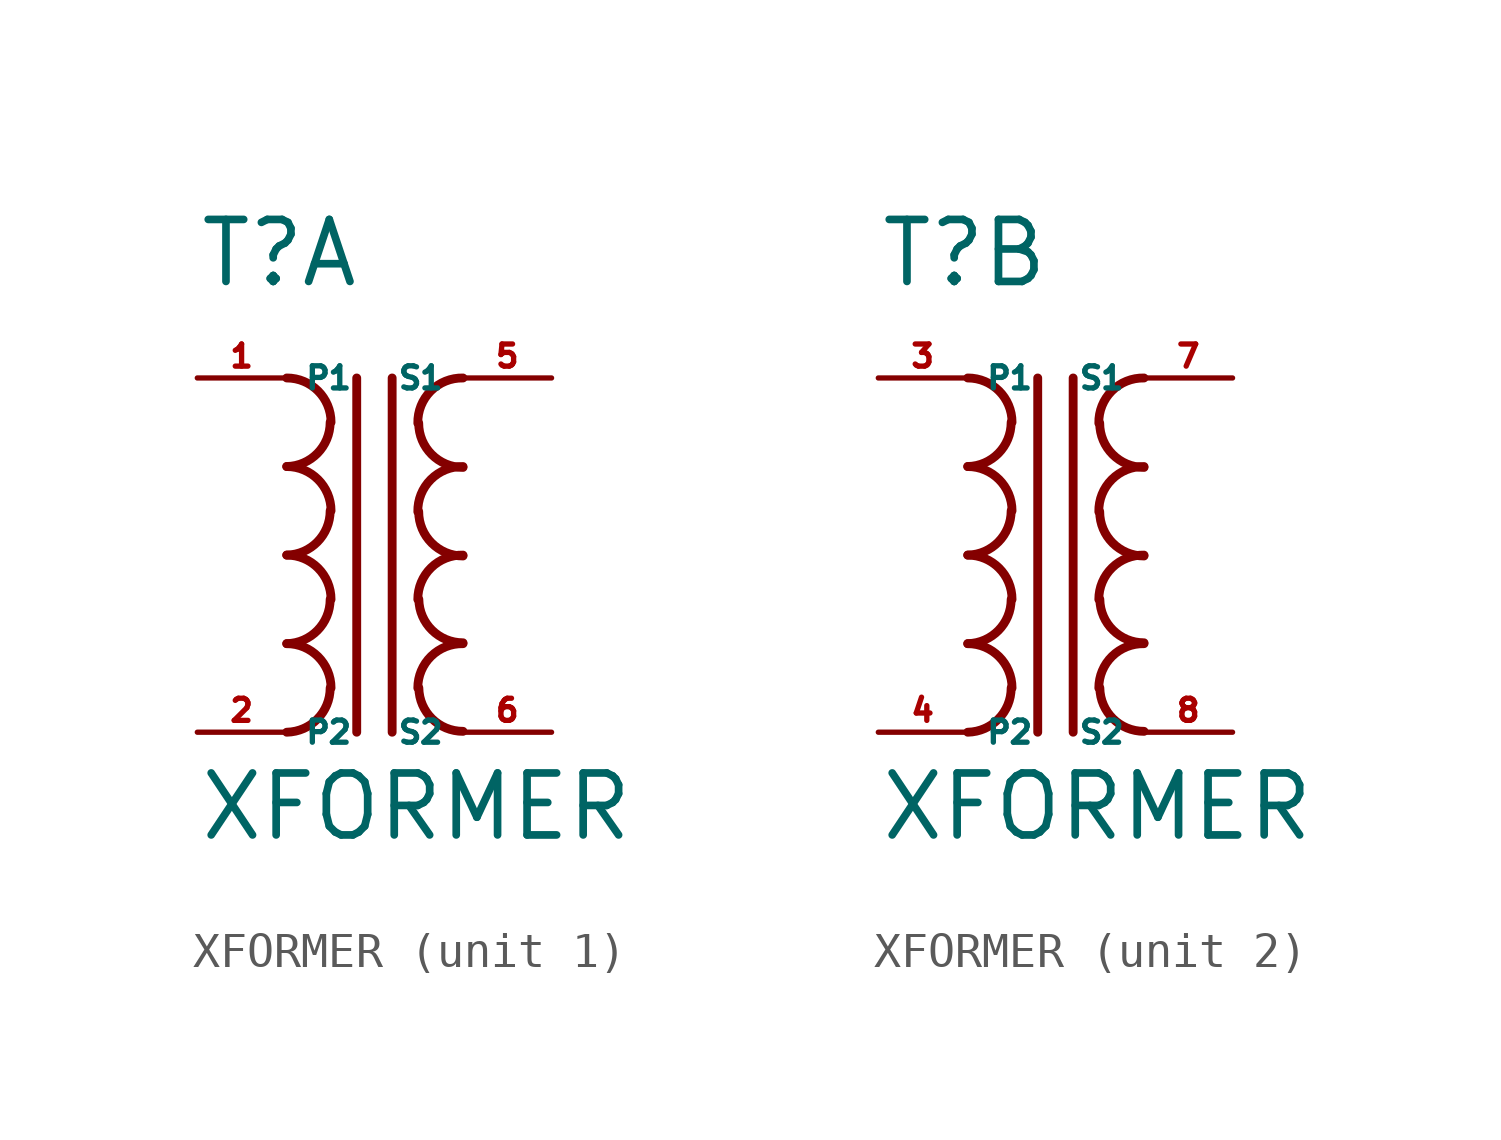
<source format=kicad_sym>
(kicad_symbol_lib
  (version 20220914)
  (generator Eagle2Kicad)
  (symbol "XFORMER"
    (property "Reference" "T"
      (at -5.08 7.62 0)
      (effects (font (size 1.778 1.778) (thickness 0.22)) (justify left bottom)))
    (property "Value" "XFORMER"
      (at -5.08 -8.255 0)
      (effects (font (size 1.778 1.778) (thickness 0.22)) (justify left bottom)))
    (symbol "XFORMER_1_0"
      (polyline (pts (xy -0.508 5.08) (xy -0.508 -5.08)) (stroke (width 0.254) (type default)) (fill (type none)))
      (polyline (pts (xy 0.508 -5.08) (xy 0.508 5.08)) (stroke (width 0.254) (type default)) (fill (type none)))
      (arc (start -1.2446 3.81) (mid -1.617 4.708) (end -2.5146 5.08) (stroke (width 0.254) (type default)) (fill (type none)))
      (arc (start -2.5146 2.5403) (mid -1.633 2.921) (end -1.27 3.81) (stroke (width 0.254) (type default)) (fill (type none)))
      (arc (start -1.2446 1.27) (mid -1.617 2.168) (end -2.5146 2.54) (stroke (width 0.254) (type default)) (fill (type none)))
      (arc (start -2.5146 0.0003) (mid -1.633 0.381) (end -1.27 1.27) (stroke (width 0.254) (type default)) (fill (type none)))
      (arc (start -1.2446 -1.27) (mid -1.617 -0.372) (end -2.5146 0) (stroke (width 0.254) (type default)) (fill (type none)))
      (arc (start -2.5146 -2.5397) (mid -1.633 -2.159) (end -1.2697 -1.27) (stroke (width 0.254) (type default)) (fill (type none)))
      (arc (start -1.2446 -3.81) (mid -1.617 -2.912) (end -2.5146 -2.54) (stroke (width 0.254) (type default)) (fill (type none)))
      (arc (start -2.5146 -5.0797) (mid -1.633 -4.699) (end -1.2697 -3.81) (stroke (width 0.254) (type default)) (fill (type none)))
      (arc (start 2.54 5.0798) (mid 1.616 4.708) (end 1.2446 3.7841) (stroke (width 0.254) (type default)) (fill (type none)))
      (arc (start 1.27 3.7846) (mid 1.642 2.887) (end 2.54 2.5146) (stroke (width 0.254) (type default)) (fill (type none)))
      (arc (start 2.54 2.5398) (mid 1.616 2.168) (end 1.2446 1.2441) (stroke (width 0.254) (type default)) (fill (type none)))
      (arc (start 1.27 1.2446) (mid 1.642 0.347) (end 2.54 -0.0254) (stroke (width 0.254) (type default)) (fill (type none)))
      (arc (start 2.54 -0.0004) (mid 1.625 -0.363) (end 1.2443 -1.27) (stroke (width 0.254) (type default)) (fill (type none)))
      (arc (start 1.27 -1.27) (mid 1.651 -2.152) (end 2.54 -2.5146) (stroke (width 0.254) (type default)) (fill (type none)))
      (arc (start 2.54 -2.5404) (mid 1.625 -2.903) (end 1.2443 -3.81) (stroke (width 0.254) (type default)) (fill (type none)))
      (arc (start 1.27 -3.81) (mid 1.651 -4.692) (end 2.54 -5.0546) (stroke (width 0.254) (type default)) (fill (type none)))
      (pin passive line (at -5.08 5.08 0) (length 2.54) (name "P1" (effects (font (size 0.635 0.635) (thickness 0.08)) (justify left bottom))) (number "1" (effects (font (size 0.635 0.635) (thickness 0.08)) (justify left bottom))))
      (pin passive line (at -5.08 -5.08 0) (length 2.54) (name "P2" (effects (font (size 0.635 0.635) (thickness 0.08)) (justify left bottom))) (number "2" (effects (font (size 0.635 0.635) (thickness 0.08)) (justify left bottom))))
      (pin passive line (at 5.08 -5.08 180) (length 2.54) (name "S2" (effects (font (size 0.635 0.635) (thickness 0.08)) (justify left bottom))) (number "6" (effects (font (size 0.635 0.635) (thickness 0.08)) (justify left bottom))))
      (pin passive line (at 5.08 5.08 180) (length 2.54) (name "S1" (effects (font (size 0.635 0.635) (thickness 0.08)) (justify left bottom))) (number "5" (effects (font (size 0.635 0.635) (thickness 0.08)) (justify left bottom)))))
    (symbol "XFORMER_2_0"
      (polyline (pts (xy -0.508 5.08) (xy -0.508 -5.08)) (stroke (width 0.254) (type default)) (fill (type none)))
      (polyline (pts (xy 0.508 -5.08) (xy 0.508 5.08)) (stroke (width 0.254) (type default)) (fill (type none)))
      (arc (start -1.2446 3.81) (mid -1.617 4.708) (end -2.5146 5.08) (stroke (width 0.254) (type default)) (fill (type none)))
      (arc (start -2.5146 2.5403) (mid -1.633 2.921) (end -1.27 3.81) (stroke (width 0.254) (type default)) (fill (type none)))
      (arc (start -1.2446 1.27) (mid -1.617 2.168) (end -2.5146 2.54) (stroke (width 0.254) (type default)) (fill (type none)))
      (arc (start -2.5146 0.0003) (mid -1.633 0.381) (end -1.27 1.27) (stroke (width 0.254) (type default)) (fill (type none)))
      (arc (start -1.2446 -1.27) (mid -1.617 -0.372) (end -2.5146 0) (stroke (width 0.254) (type default)) (fill (type none)))
      (arc (start -2.5146 -2.5397) (mid -1.633 -2.159) (end -1.2697 -1.27) (stroke (width 0.254) (type default)) (fill (type none)))
      (arc (start -1.2446 -3.81) (mid -1.617 -2.912) (end -2.5146 -2.54) (stroke (width 0.254) (type default)) (fill (type none)))
      (arc (start -2.5146 -5.0797) (mid -1.633 -4.699) (end -1.2697 -3.81) (stroke (width 0.254) (type default)) (fill (type none)))
      (arc (start 2.54 5.0798) (mid 1.616 4.708) (end 1.2446 3.7841) (stroke (width 0.254) (type default)) (fill (type none)))
      (arc (start 1.27 3.7846) (mid 1.642 2.887) (end 2.54 2.5146) (stroke (width 0.254) (type default)) (fill (type none)))
      (arc (start 2.54 2.5398) (mid 1.616 2.168) (end 1.2446 1.2441) (stroke (width 0.254) (type default)) (fill (type none)))
      (arc (start 1.27 1.2446) (mid 1.642 0.347) (end 2.54 -0.0254) (stroke (width 0.254) (type default)) (fill (type none)))
      (arc (start 2.54 -0.0004) (mid 1.625 -0.363) (end 1.2443 -1.27) (stroke (width 0.254) (type default)) (fill (type none)))
      (arc (start 1.27 -1.27) (mid 1.651 -2.152) (end 2.54 -2.5146) (stroke (width 0.254) (type default)) (fill (type none)))
      (arc (start 2.54 -2.5404) (mid 1.625 -2.903) (end 1.2443 -3.81) (stroke (width 0.254) (type default)) (fill (type none)))
      (arc (start 1.27 -3.81) (mid 1.651 -4.692) (end 2.54 -5.0546) (stroke (width 0.254) (type default)) (fill (type none)))
      (pin passive line (at -5.08 5.08 0) (length 2.54) (name "P1" (effects (font (size 0.635 0.635) (thickness 0.08)) (justify left bottom))) (number "3" (effects (font (size 0.635 0.635) (thickness 0.08)) (justify left bottom))))
      (pin passive line (at -5.08 -5.08 0) (length 2.54) (name "P2" (effects (font (size 0.635 0.635) (thickness 0.08)) (justify left bottom))) (number "4" (effects (font (size 0.635 0.635) (thickness 0.08)) (justify left bottom))))
      (pin passive line (at 5.08 -5.08 180) (length 2.54) (name "S2" (effects (font (size 0.635 0.635) (thickness 0.08)) (justify left bottom))) (number "8" (effects (font (size 0.635 0.635) (thickness 0.08)) (justify left bottom))))
      (pin passive line (at 5.08 5.08 180) (length 2.54) (name "S1" (effects (font (size 0.635 0.635) (thickness 0.08)) (justify left bottom))) (number "7" (effects (font (size 0.635 0.635) (thickness 0.08)) (justify left bottom)))))))
</source>
